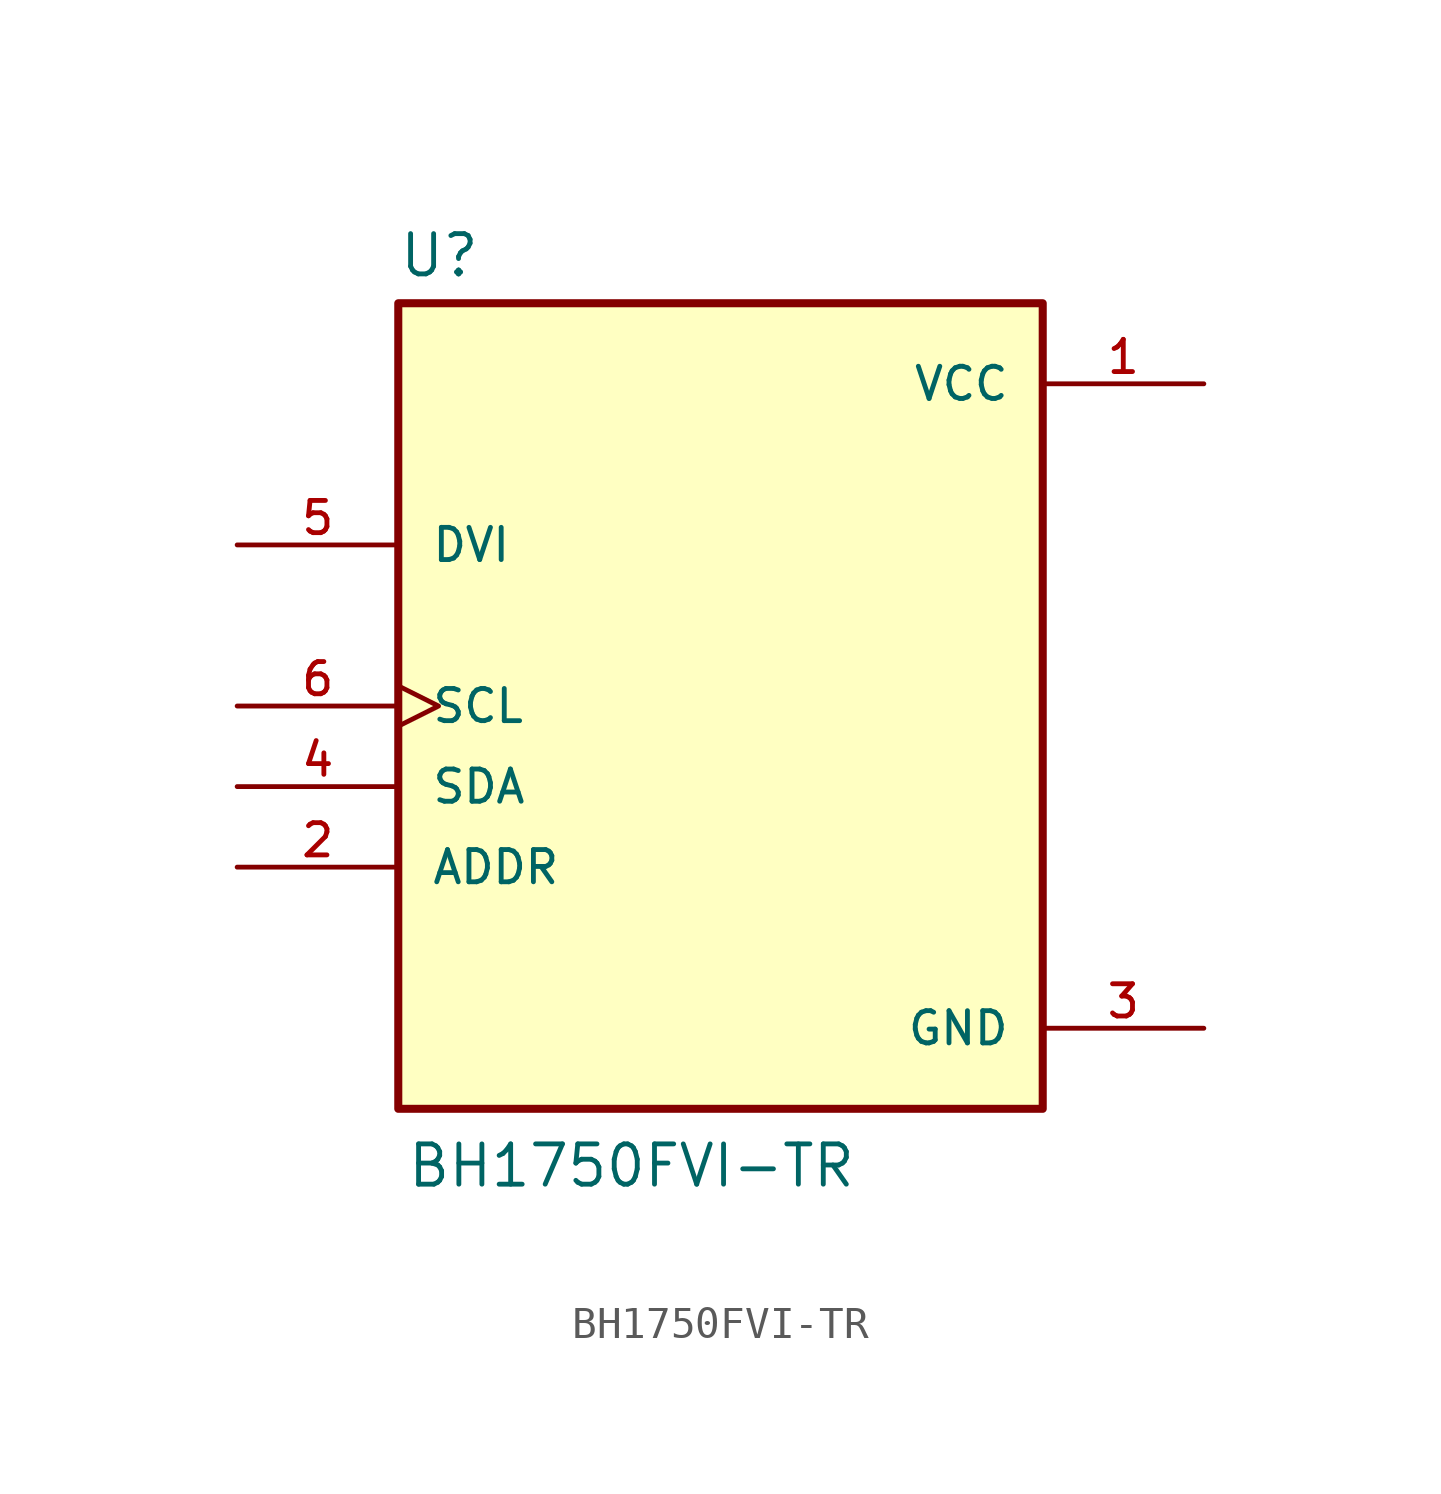
<source format=kicad_sym>
(kicad_symbol_lib
  (version 20211014)
  (generator kicad_symbol_editor)
  (symbol "BH1750FVI-TR"
    (pin_names
      (offset 1.016))
    (property "Reference" "U"
      (at -10.174 13.462 0)
      (effects (font (size 1.27 1.27)) (justify bottom left)))
    (property "Value" "BH1750FVI-TR"
      (at -9.922 -15.24 0)
      (effects (font (size 1.27 1.27)) (justify bottom left)))
    (symbol "BH1750FVI-TR_0_0"
      (rectangle (start -10.16 -12.7) (end 10.16 12.7) (stroke (width 0.254)) (fill (type background)))
      (pin power_in line (at 15.24 10.16 180.0) (length 5.08) (name "VCC" (effects (font (size 1.016 1.016)))) (number "1" (effects (font (size 1.016 1.016)))))
      (pin input line (at -15.24 -5.08 0) (length 5.08) (name "ADDR" (effects (font (size 1.016 1.016)))) (number "2" (effects (font (size 1.016 1.016)))))
      (pin power_in line (at 15.24 -10.16 180.0) (length 5.08) (name "GND" (effects (font (size 1.016 1.016)))) (number "3" (effects (font (size 1.016 1.016)))))
      (pin bidirectional line (at -15.24 -2.54 0) (length 5.08) (name "SDA" (effects (font (size 1.016 1.016)))) (number "4" (effects (font (size 1.016 1.016)))))
      (pin input line (at -15.24 5.08 0) (length 5.08) (name "DVI" (effects (font (size 1.016 1.016)))) (number "5" (effects (font (size 1.016 1.016)))))
      (pin input clock (at -15.24 0.0 0) (length 5.08) (name "SCL" (effects (font (size 1.016 1.016)))) (number "6" (effects (font (size 1.016 1.016))))))))
</source>
